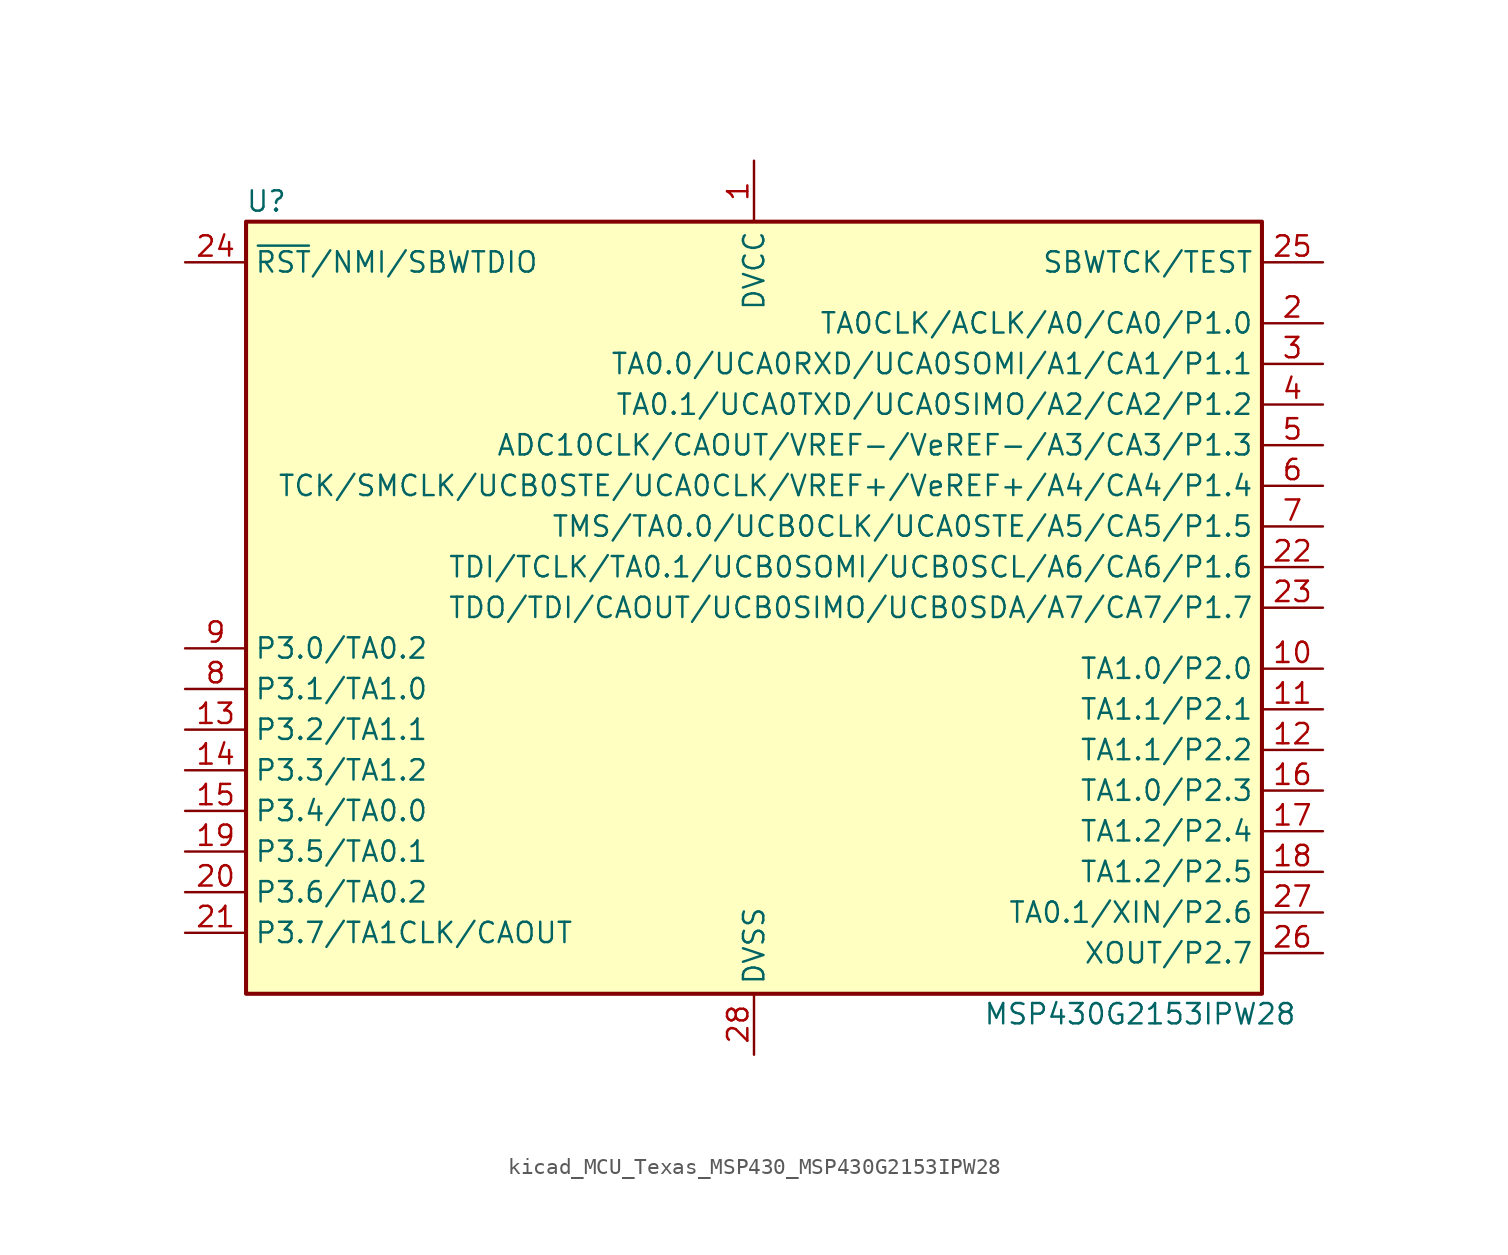
<source format=kicad_sym>
(kicad_symbol_lib
  (version 20220914)
  (generator kicad_symbol_editor)
  (symbol "kicad_MCU_Texas_MSP430_MSP430G2153IPW28"
    (property "Reference" "U"
      (at -30.48 25.4 0)
      (effects (font (size 1.27 1.27))))
    (property "Value" "MSP430G2153IPW28"
      (at 24.13 -25.4 0)
      (effects (font (size 1.27 1.27))))
    (symbol "kicad_MCU_Texas_MSP430_MSP430G2153IPW28_0_1"
      (rectangle (start -31.75 24.13) (end 31.75 -24.13) (stroke (width 0.254) (type default)) (fill (type background))))
    (symbol "kicad_MCU_Texas_MSP430_MSP430G2153IPW28_1_1"
      (pin power_in line (at 0 27.94 270) (length 3.81) (name "DVCC" (effects (font (size 1.27 1.27)))) (number "1" (effects (font (size 1.27 1.27)))))
      (pin bidirectional line (at 35.56 -3.81 180) (length 3.81) (name "TA1.0/P2.0" (effects (font (size 1.27 1.27)))) (number "10" (effects (font (size 1.27 1.27)))))
      (pin bidirectional line (at 35.56 -6.35 180) (length 3.81) (name "TA1.1/P2.1" (effects (font (size 1.27 1.27)))) (number "11" (effects (font (size 1.27 1.27)))))
      (pin bidirectional line (at 35.56 -8.89 180) (length 3.81) (name "TA1.1/P2.2" (effects (font (size 1.27 1.27)))) (number "12" (effects (font (size 1.27 1.27)))))
      (pin bidirectional line (at -35.56 -7.62 0) (length 3.81) (name "P3.2/TA1.1" (effects (font (size 1.27 1.27)))) (number "13" (effects (font (size 1.27 1.27)))))
      (pin bidirectional line (at -35.56 -10.16 0) (length 3.81) (name "P3.3/TA1.2" (effects (font (size 1.27 1.27)))) (number "14" (effects (font (size 1.27 1.27)))))
      (pin bidirectional line (at -35.56 -12.7 0) (length 3.81) (name "P3.4/TA0.0" (effects (font (size 1.27 1.27)))) (number "15" (effects (font (size 1.27 1.27)))))
      (pin bidirectional line (at 35.56 -11.43 180) (length 3.81) (name "TA1.0/P2.3" (effects (font (size 1.27 1.27)))) (number "16" (effects (font (size 1.27 1.27)))))
      (pin bidirectional line (at 35.56 -13.97 180) (length 3.81) (name "TA1.2/P2.4" (effects (font (size 1.27 1.27)))) (number "17" (effects (font (size 1.27 1.27)))))
      (pin bidirectional line (at 35.56 -16.51 180) (length 3.81) (name "TA1.2/P2.5" (effects (font (size 1.27 1.27)))) (number "18" (effects (font (size 1.27 1.27)))))
      (pin bidirectional line (at -35.56 -15.24 0) (length 3.81) (name "P3.5/TA0.1" (effects (font (size 1.27 1.27)))) (number "19" (effects (font (size 1.27 1.27)))))
      (pin bidirectional line (at 35.56 17.78 180) (length 3.81) (name "TA0CLK/ACLK/A0/CA0/P1.0" (effects (font (size 1.27 1.27)))) (number "2" (effects (font (size 1.27 1.27)))))
      (pin bidirectional line (at -35.56 -17.78 0) (length 3.81) (name "P3.6/TA0.2" (effects (font (size 1.27 1.27)))) (number "20" (effects (font (size 1.27 1.27)))))
      (pin bidirectional line (at -35.56 -20.32 0) (length 3.81) (name "P3.7/TA1CLK/CAOUT" (effects (font (size 1.27 1.27)))) (number "21" (effects (font (size 1.27 1.27)))))
      (pin bidirectional line (at 35.56 2.54 180) (length 3.81) (name "TDI/TCLK/TA0.1/UCB0SOMI/UCB0SCL/A6/CA6/P1.6" (effects (font (size 1.27 1.27)))) (number "22" (effects (font (size 1.27 1.27)))))
      (pin bidirectional line (at 35.56 0 180) (length 3.81) (name "TDO/TDI/CAOUT/UCB0SIMO/UCB0SDA/A7/CA7/P1.7" (effects (font (size 1.27 1.27)))) (number "23" (effects (font (size 1.27 1.27)))))
      (pin input line (at -35.56 21.59 0) (length 3.81) (name "~{RST}/NMI/SBWTDIO" (effects (font (size 1.27 1.27)))) (number "24" (effects (font (size 1.27 1.27)))))
      (pin input line (at 35.56 21.59 180) (length 3.81) (name "SBWTCK/TEST" (effects (font (size 1.27 1.27)))) (number "25" (effects (font (size 1.27 1.27)))))
      (pin bidirectional line (at 35.56 -21.59 180) (length 3.81) (name "XOUT/P2.7" (effects (font (size 1.27 1.27)))) (number "26" (effects (font (size 1.27 1.27)))))
      (pin bidirectional line (at 35.56 -19.05 180) (length 3.81) (name "TA0.1/XIN/P2.6" (effects (font (size 1.27 1.27)))) (number "27" (effects (font (size 1.27 1.27)))))
      (pin power_in line (at 0 -27.94 90) (length 3.81) (name "DVSS" (effects (font (size 1.27 1.27)))) (number "28" (effects (font (size 1.27 1.27)))))
      (pin bidirectional line (at 35.56 15.24 180) (length 3.81) (name "TA0.0/UCA0RXD/UCA0SOMI/A1/CA1/P1.1" (effects (font (size 1.27 1.27)))) (number "3" (effects (font (size 1.27 1.27)))))
      (pin bidirectional line (at 35.56 12.7 180) (length 3.81) (name "TA0.1/UCA0TXD/UCA0SIMO/A2/CA2/P1.2" (effects (font (size 1.27 1.27)))) (number "4" (effects (font (size 1.27 1.27)))))
      (pin bidirectional line (at 35.56 10.16 180) (length 3.81) (name "ADC10CLK/CAOUT/VREF-/VeREF-/A3/CA3/P1.3" (effects (font (size 1.27 1.27)))) (number "5" (effects (font (size 1.27 1.27)))))
      (pin bidirectional line (at 35.56 7.62 180) (length 3.81) (name "TCK/SMCLK/UCB0STE/UCA0CLK/VREF+/VeREF+/A4/CA4/P1.4" (effects (font (size 1.27 1.27)))) (number "6" (effects (font (size 1.27 1.27)))))
      (pin bidirectional line (at 35.56 5.08 180) (length 3.81) (name "TMS/TA0.0/UCB0CLK/UCA0STE/A5/CA5/P1.5" (effects (font (size 1.27 1.27)))) (number "7" (effects (font (size 1.27 1.27)))))
      (pin bidirectional line (at -35.56 -5.08 0) (length 3.81) (name "P3.1/TA1.0" (effects (font (size 1.27 1.27)))) (number "8" (effects (font (size 1.27 1.27)))))
      (pin bidirectional line (at -35.56 -2.54 0) (length 3.81) (name "P3.0/TA0.2" (effects (font (size 1.27 1.27)))) (number "9" (effects (font (size 1.27 1.27))))))))
</source>
